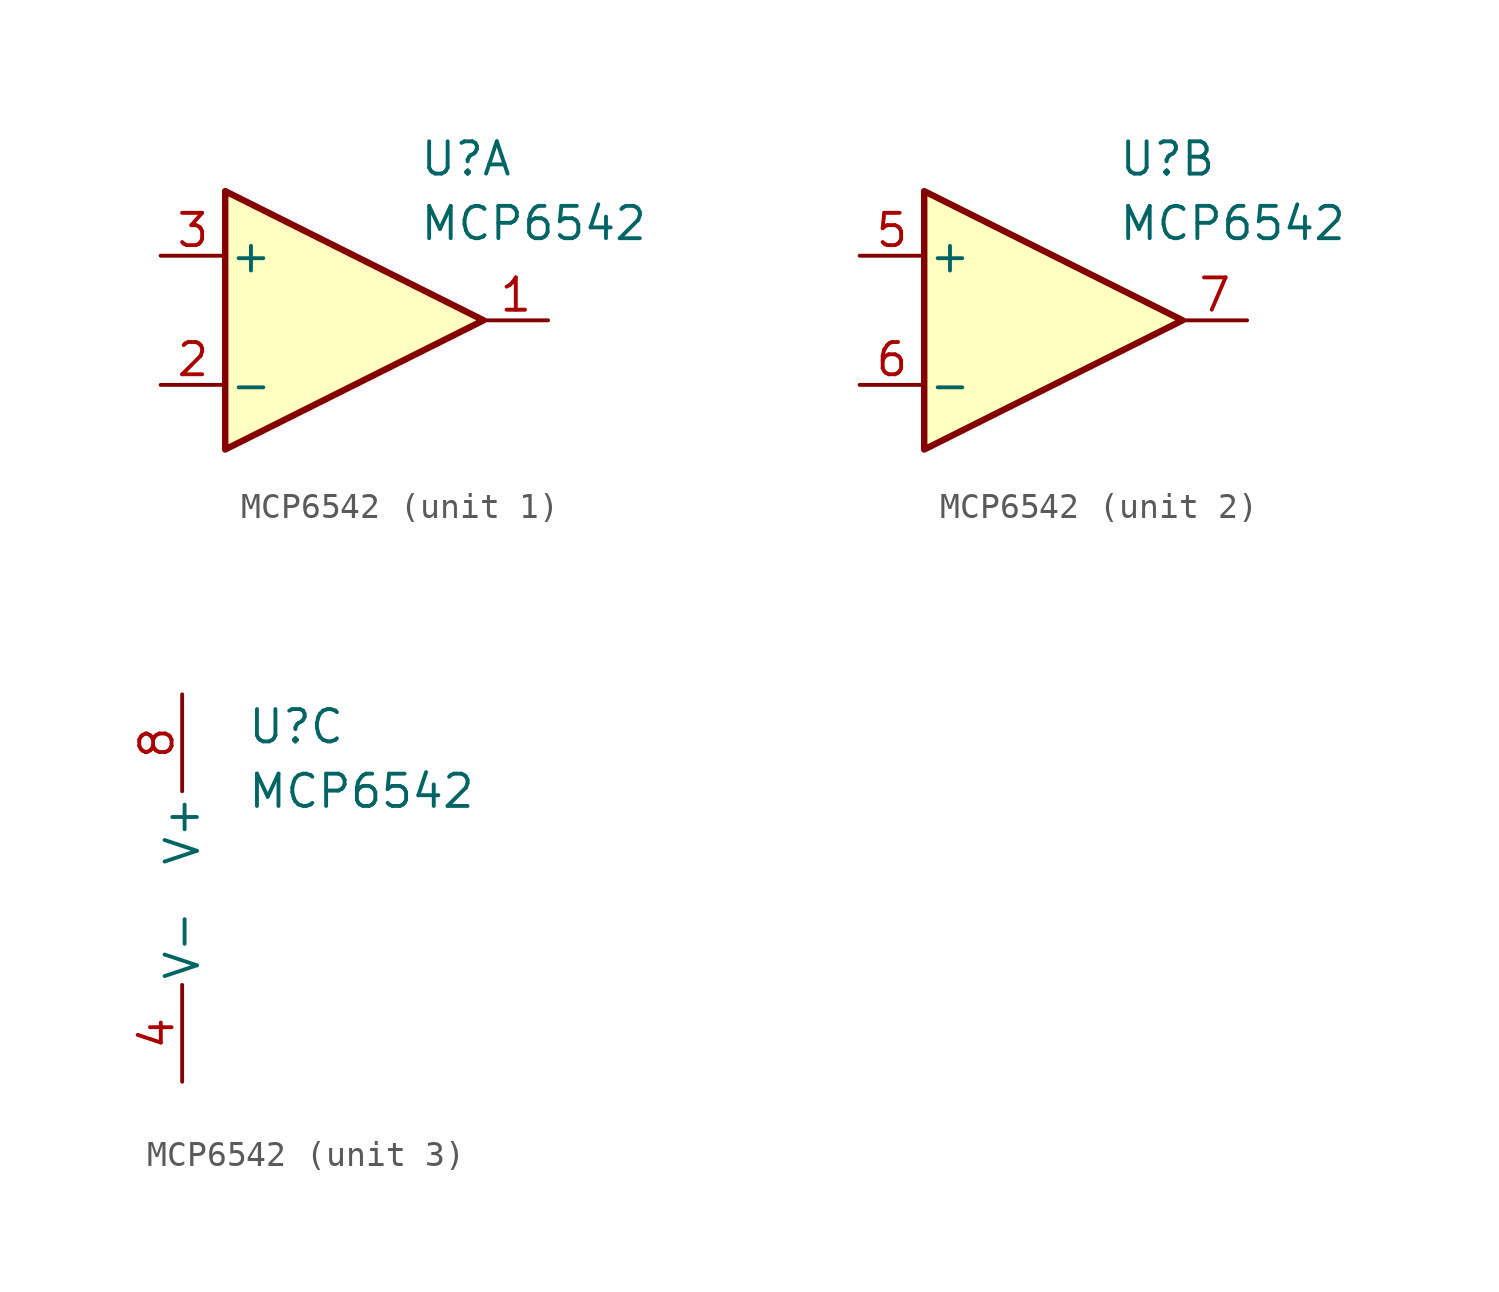
<source format=kicad_sym>
(kicad_symbol_lib
  (version 20220914)
  (generator kicad_symbol_editor)
  (symbol "MCP6542"
    (pin_names
      (offset 0.127))
    (property "Reference" "U"
      (at 2.54 6.35 0)
      (effects (font (size 1.27 1.27)) (justify left)))
    (property "Value" "MCP6542"
      (at 2.54 3.81 0)
      (effects (font (size 1.27 1.27)) (justify left)))
    (property "ki_locked" ""
      (at 0 0 0)
      (effects (font (size 1.27 1.27))))
    (symbol "MCP6542_1_1"
      (polyline (pts (xy 5.08 0) (xy -5.08 5.08) (xy -5.08 -5.08) (xy 5.08 0)) (stroke (width 0.254) (type default)) (fill (type background)))
      (pin output line (at 7.62 0 180) (length 2.54) (name "~" (effects (font (size 1.27 1.27)))) (number "1" (effects (font (size 1.27 1.27)))))
      (pin input line (at -7.62 -2.54 0) (length 2.54) (name "-" (effects (font (size 1.27 1.27)))) (number "2" (effects (font (size 1.27 1.27)))))
      (pin input line (at -7.62 2.54 0) (length 2.54) (name "+" (effects (font (size 1.27 1.27)))) (number "3" (effects (font (size 1.27 1.27))))))
    (symbol "MCP6542_2_1"
      (polyline (pts (xy 5.08 0) (xy -5.08 5.08) (xy -5.08 -5.08) (xy 5.08 0)) (stroke (width 0.254) (type default)) (fill (type background)))
      (pin input line (at -7.62 2.54 0) (length 2.54) (name "+" (effects (font (size 1.27 1.27)))) (number "5" (effects (font (size 1.27 1.27)))))
      (pin input line (at -7.62 -2.54 0) (length 2.54) (name "-" (effects (font (size 1.27 1.27)))) (number "6" (effects (font (size 1.27 1.27)))))
      (pin output line (at 7.62 0 180) (length 2.54) (name "~" (effects (font (size 1.27 1.27)))) (number "7" (effects (font (size 1.27 1.27))))))
    (symbol "MCP6542_3_1"
      (pin power_in line (at 0 -7.62 90) (length 3.81) (name "V-" (effects (font (size 1.27 1.27)))) (number "4" (effects (font (size 1.27 1.27)))))
      (pin power_in line (at 0 7.62 270) (length 3.81) (name "V+" (effects (font (size 1.27 1.27)))) (number "8" (effects (font (size 1.27 1.27))))))))
</source>
